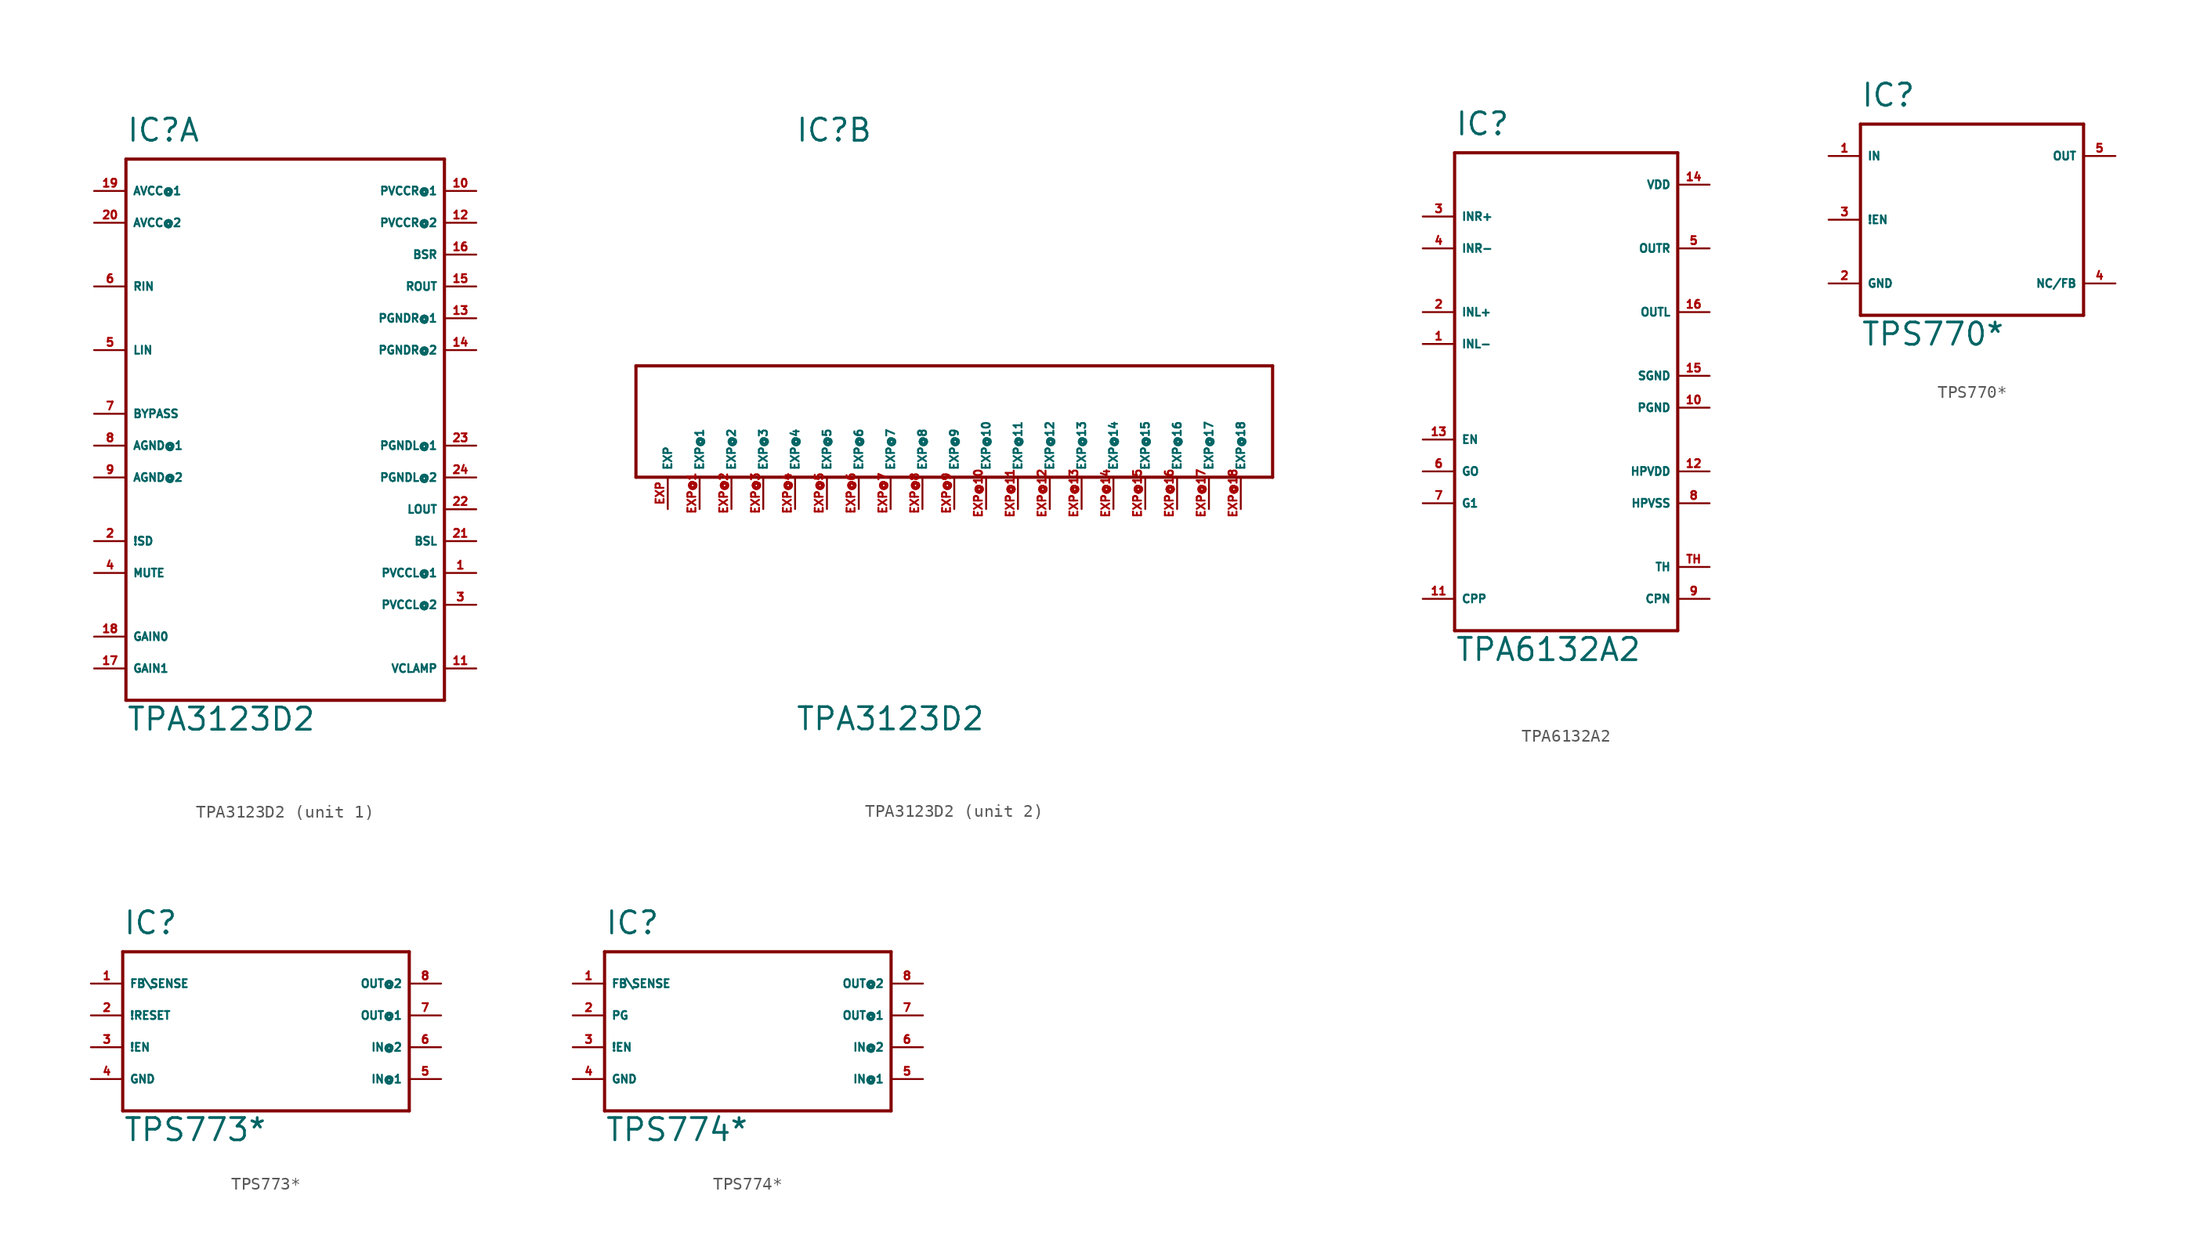
<source format=kicad_sym>
(kicad_symbol_lib
  (version 20220914)
  (generator Eagle2Kicad)
  (symbol "TPA3123D2"
    (property "Reference" "IC"
      (at -12.7 21.59 0)
      (effects (font (size 1.778 1.778) (thickness 0.22)) (justify left bottom)))
    (property "Value" "TPA3123D2"
      (at -12.7 -25.4 0)
      (effects (font (size 1.778 1.778) (thickness 0.22)) (justify left bottom)))
    (symbol "TPA3123D2_1_0"
      (polyline (pts (xy -12.7 20.32) (xy 12.7 20.32)) (stroke (width 0.254) (type default)) (fill (type none)))
      (polyline (pts (xy 12.7 20.32) (xy 12.7 -22.86)) (stroke (width 0.254) (type default)) (fill (type none)))
      (polyline (pts (xy 12.7 -22.86) (xy -12.7 -22.86)) (stroke (width 0.254) (type default)) (fill (type none)))
      (polyline (pts (xy -12.7 -22.86) (xy -12.7 20.32)) (stroke (width 0.254) (type default)) (fill (type none)))
      (pin input line (at -15.24 5.08 0) (length 2.54) (name "LIN" (effects (font (size 0.635 0.635) (thickness 0.08)) (justify left bottom))) (number "5" (effects (font (size 0.635 0.635) (thickness 0.08)) (justify left bottom))))
      (pin input line (at -15.24 10.16 0) (length 2.54) (name "RIN" (effects (font (size 0.635 0.635) (thickness 0.08)) (justify left bottom))) (number "6" (effects (font (size 0.635 0.635) (thickness 0.08)) (justify left bottom))))
      (pin input line (at -15.24 0 0) (length 2.54) (name "BYPASS" (effects (font (size 0.635 0.635) (thickness 0.08)) (justify left bottom))) (number "7" (effects (font (size 0.635 0.635) (thickness 0.08)) (justify left bottom))))
      (pin input line (at -15.24 -2.54 0) (length 2.54) (name "AGND@1" (effects (font (size 0.635 0.635) (thickness 0.08)) (justify left bottom))) (number "8" (effects (font (size 0.635 0.635) (thickness 0.08)) (justify left bottom))))
      (pin input line (at -15.24 17.78 0) (length 2.54) (name "AVCC@1" (effects (font (size 0.635 0.635) (thickness 0.08)) (justify left bottom))) (number "19" (effects (font (size 0.635 0.635) (thickness 0.08)) (justify left bottom))))
      (pin input line (at -15.24 -10.16 0) (length 2.54) (name "!SD" (effects (font (size 0.635 0.635) (thickness 0.08)) (justify left bottom))) (number "2" (effects (font (size 0.635 0.635) (thickness 0.08)) (justify left bottom))))
      (pin input line (at -15.24 -12.7 0) (length 2.54) (name "MUTE" (effects (font (size 0.635 0.635) (thickness 0.08)) (justify left bottom))) (number "4" (effects (font (size 0.635 0.635) (thickness 0.08)) (justify left bottom))))
      (pin input line (at 15.24 -12.7 180) (length 2.54) (name "PVCCL@1" (effects (font (size 0.635 0.635) (thickness 0.08)) (justify left bottom))) (number "1" (effects (font (size 0.635 0.635) (thickness 0.08)) (justify left bottom))))
      (pin input line (at 15.24 17.78 180) (length 2.54) (name "PVCCR@1" (effects (font (size 0.635 0.635) (thickness 0.08)) (justify left bottom))) (number "10" (effects (font (size 0.635 0.635) (thickness 0.08)) (justify left bottom))))
      (pin input line (at -15.24 -17.78 0) (length 2.54) (name "GAIN0" (effects (font (size 0.635 0.635) (thickness 0.08)) (justify left bottom))) (number "18" (effects (font (size 0.635 0.635) (thickness 0.08)) (justify left bottom))))
      (pin input line (at -15.24 -20.32 0) (length 2.54) (name "GAIN1" (effects (font (size 0.635 0.635) (thickness 0.08)) (justify left bottom))) (number "17" (effects (font (size 0.635 0.635) (thickness 0.08)) (justify left bottom))))
      (pin input line (at 15.24 -20.32 180) (length 2.54) (name "VCLAMP" (effects (font (size 0.635 0.635) (thickness 0.08)) (justify left bottom))) (number "11" (effects (font (size 0.635 0.635) (thickness 0.08)) (justify left bottom))))
      (pin passive line (at 15.24 12.7 180) (length 2.54) (name "BSR" (effects (font (size 0.635 0.635) (thickness 0.08)) (justify left bottom))) (number "16" (effects (font (size 0.635 0.635) (thickness 0.08)) (justify left bottom))))
      (pin passive line (at 15.24 -10.16 180) (length 2.54) (name "BSL" (effects (font (size 0.635 0.635) (thickness 0.08)) (justify left bottom))) (number "21" (effects (font (size 0.635 0.635) (thickness 0.08)) (justify left bottom))))
      (pin output line (at 15.24 10.16 180) (length 2.54) (name "ROUT" (effects (font (size 0.635 0.635) (thickness 0.08)) (justify left bottom))) (number "15" (effects (font (size 0.635 0.635) (thickness 0.08)) (justify left bottom))))
      (pin output line (at 15.24 -7.62 180) (length 2.54) (name "LOUT" (effects (font (size 0.635 0.635) (thickness 0.08)) (justify left bottom))) (number "22" (effects (font (size 0.635 0.635) (thickness 0.08)) (justify left bottom))))
      (pin input line (at 15.24 7.62 180) (length 2.54) (name "PGNDR@1" (effects (font (size 0.635 0.635) (thickness 0.08)) (justify left bottom))) (number "13" (effects (font (size 0.635 0.635) (thickness 0.08)) (justify left bottom))))
      (pin input line (at 15.24 -2.54 180) (length 2.54) (name "PGNDL@1" (effects (font (size 0.635 0.635) (thickness 0.08)) (justify left bottom))) (number "23" (effects (font (size 0.635 0.635) (thickness 0.08)) (justify left bottom))))
      (pin input line (at 15.24 5.08 180) (length 2.54) (name "PGNDR@2" (effects (font (size 0.635 0.635) (thickness 0.08)) (justify left bottom))) (number "14" (effects (font (size 0.635 0.635) (thickness 0.08)) (justify left bottom))))
      (pin input line (at 15.24 -5.08 180) (length 2.54) (name "PGNDL@2" (effects (font (size 0.635 0.635) (thickness 0.08)) (justify left bottom))) (number "24" (effects (font (size 0.635 0.635) (thickness 0.08)) (justify left bottom))))
      (pin input line (at 15.24 15.24 180) (length 2.54) (name "PVCCR@2" (effects (font (size 0.635 0.635) (thickness 0.08)) (justify left bottom))) (number "12" (effects (font (size 0.635 0.635) (thickness 0.08)) (justify left bottom))))
      (pin input line (at 15.24 -15.24 180) (length 2.54) (name "PVCCL@2" (effects (font (size 0.635 0.635) (thickness 0.08)) (justify left bottom))) (number "3" (effects (font (size 0.635 0.635) (thickness 0.08)) (justify left bottom))))
      (pin input line (at -15.24 -5.08 0) (length 2.54) (name "AGND@2" (effects (font (size 0.635 0.635) (thickness 0.08)) (justify left bottom))) (number "9" (effects (font (size 0.635 0.635) (thickness 0.08)) (justify left bottom))))
      (pin input line (at -15.24 15.24 0) (length 2.54) (name "AVCC@2" (effects (font (size 0.635 0.635) (thickness 0.08)) (justify left bottom))) (number "20" (effects (font (size 0.635 0.635) (thickness 0.08)) (justify left bottom)))))
    (symbol "TPA3123D2_2_0"
      (polyline (pts (xy -25.4 -5.08) (xy -25.4 3.81)) (stroke (width 0.254) (type default)) (fill (type none)))
      (polyline (pts (xy -25.4 3.81) (xy 25.4 3.81)) (stroke (width 0.254) (type default)) (fill (type none)))
      (polyline (pts (xy 25.4 3.81) (xy 25.4 -5.08)) (stroke (width 0.254) (type default)) (fill (type none)))
      (polyline (pts (xy 25.4 -5.08) (xy -25.4 -5.08)) (stroke (width 0.254) (type default)) (fill (type none)))
      (pin passive line (at -22.86 -7.62 90) (length 2.54) (name "EXP" (effects (font (size 0.635 0.635) (thickness 0.08)) (justify left bottom))) (number "EXP" (effects (font (size 0.635 0.635) (thickness 0.08)) (justify left bottom))))
      (pin passive line (at -20.32 -7.62 90) (length 2.54) (name "EXP@1" (effects (font (size 0.635 0.635) (thickness 0.08)) (justify left bottom))) (number "EXP@1" (effects (font (size 0.635 0.635) (thickness 0.08)) (justify left bottom))))
      (pin passive line (at -17.78 -7.62 90) (length 2.54) (name "EXP@2" (effects (font (size 0.635 0.635) (thickness 0.08)) (justify left bottom))) (number "EXP@2" (effects (font (size 0.635 0.635) (thickness 0.08)) (justify left bottom))))
      (pin passive line (at -15.24 -7.62 90) (length 2.54) (name "EXP@3" (effects (font (size 0.635 0.635) (thickness 0.08)) (justify left bottom))) (number "EXP@3" (effects (font (size 0.635 0.635) (thickness 0.08)) (justify left bottom))))
      (pin passive line (at -12.7 -7.62 90) (length 2.54) (name "EXP@4" (effects (font (size 0.635 0.635) (thickness 0.08)) (justify left bottom))) (number "EXP@4" (effects (font (size 0.635 0.635) (thickness 0.08)) (justify left bottom))))
      (pin passive line (at -10.16 -7.62 90) (length 2.54) (name "EXP@5" (effects (font (size 0.635 0.635) (thickness 0.08)) (justify left bottom))) (number "EXP@5" (effects (font (size 0.635 0.635) (thickness 0.08)) (justify left bottom))))
      (pin passive line (at -7.62 -7.62 90) (length 2.54) (name "EXP@6" (effects (font (size 0.635 0.635) (thickness 0.08)) (justify left bottom))) (number "EXP@6" (effects (font (size 0.635 0.635) (thickness 0.08)) (justify left bottom))))
      (pin passive line (at -5.08 -7.62 90) (length 2.54) (name "EXP@7" (effects (font (size 0.635 0.635) (thickness 0.08)) (justify left bottom))) (number "EXP@7" (effects (font (size 0.635 0.635) (thickness 0.08)) (justify left bottom))))
      (pin passive line (at -2.54 -7.62 90) (length 2.54) (name "EXP@8" (effects (font (size 0.635 0.635) (thickness 0.08)) (justify left bottom))) (number "EXP@8" (effects (font (size 0.635 0.635) (thickness 0.08)) (justify left bottom))))
      (pin passive line (at 0 -7.62 90) (length 2.54) (name "EXP@9" (effects (font (size 0.635 0.635) (thickness 0.08)) (justify left bottom))) (number "EXP@9" (effects (font (size 0.635 0.635) (thickness 0.08)) (justify left bottom))))
      (pin passive line (at 2.54 -7.62 90) (length 2.54) (name "EXP@10" (effects (font (size 0.635 0.635) (thickness 0.08)) (justify left bottom))) (number "EXP@10" (effects (font (size 0.635 0.635) (thickness 0.08)) (justify left bottom))))
      (pin passive line (at 5.08 -7.62 90) (length 2.54) (name "EXP@11" (effects (font (size 0.635 0.635) (thickness 0.08)) (justify left bottom))) (number "EXP@11" (effects (font (size 0.635 0.635) (thickness 0.08)) (justify left bottom))))
      (pin passive line (at 7.62 -7.62 90) (length 2.54) (name "EXP@12" (effects (font (size 0.635 0.635) (thickness 0.08)) (justify left bottom))) (number "EXP@12" (effects (font (size 0.635 0.635) (thickness 0.08)) (justify left bottom))))
      (pin passive line (at 10.16 -7.62 90) (length 2.54) (name "EXP@13" (effects (font (size 0.635 0.635) (thickness 0.08)) (justify left bottom))) (number "EXP@13" (effects (font (size 0.635 0.635) (thickness 0.08)) (justify left bottom))))
      (pin passive line (at 12.7 -7.62 90) (length 2.54) (name "EXP@14" (effects (font (size 0.635 0.635) (thickness 0.08)) (justify left bottom))) (number "EXP@14" (effects (font (size 0.635 0.635) (thickness 0.08)) (justify left bottom))))
      (pin passive line (at 15.24 -7.62 90) (length 2.54) (name "EXP@15" (effects (font (size 0.635 0.635) (thickness 0.08)) (justify left bottom))) (number "EXP@15" (effects (font (size 0.635 0.635) (thickness 0.08)) (justify left bottom))))
      (pin passive line (at 17.78 -7.62 90) (length 2.54) (name "EXP@16" (effects (font (size 0.635 0.635) (thickness 0.08)) (justify left bottom))) (number "EXP@16" (effects (font (size 0.635 0.635) (thickness 0.08)) (justify left bottom))))
      (pin passive line (at 20.32 -7.62 90) (length 2.54) (name "EXP@17" (effects (font (size 0.635 0.635) (thickness 0.08)) (justify left bottom))) (number "EXP@17" (effects (font (size 0.635 0.635) (thickness 0.08)) (justify left bottom))))
      (pin passive line (at 22.86 -7.62 90) (length 2.54) (name "EXP@18" (effects (font (size 0.635 0.635) (thickness 0.08)) (justify left bottom))) (number "EXP@18" (effects (font (size 0.635 0.635) (thickness 0.08)) (justify left bottom))))))
  (symbol "TPA6132A2"
    (property "Reference" "IC"
      (at -7.62 19.05 0)
      (effects (font (size 1.778 1.778) (thickness 0.22)) (justify left bottom)))
    (property "Value" "TPA6132A2"
      (at -7.62 -22.86 0)
      (effects (font (size 1.778 1.778) (thickness 0.22)) (justify left bottom)))
    (polyline
      (pts (xy 10.16 17.78) (xy 10.16 -20.32))
      (stroke (width 0.254) (type default))
      (fill (type none)))
    (polyline
      (pts (xy 10.16 -20.32) (xy -7.62 -20.32))
      (stroke (width 0.254) (type default))
      (fill (type none)))
    (polyline
      (pts (xy -7.62 -20.32) (xy -7.62 17.78))
      (stroke (width 0.254) (type default))
      (fill (type none)))
    (polyline
      (pts (xy -7.62 17.78) (xy 10.16 17.78))
      (stroke (width 0.254) (type default))
      (fill (type none)))
    (pin input line
      (at -10.16 12.7 0)
      (length 2.54)
      (name "INR+" (effects (font (size 0.635 0.635) (thickness 0.08)) (justify left bottom)))
      (number "3" (effects (font (size 0.635 0.635) (thickness 0.08)) (justify left bottom))))
    (pin input line
      (at -10.16 10.16 0)
      (length 2.54)
      (name "INR-" (effects (font (size 0.635 0.635) (thickness 0.08)) (justify left bottom)))
      (number "4" (effects (font (size 0.635 0.635) (thickness 0.08)) (justify left bottom))))
    (pin input line
      (at -10.16 5.08 0)
      (length 2.54)
      (name "INL+" (effects (font (size 0.635 0.635) (thickness 0.08)) (justify left bottom)))
      (number "2" (effects (font (size 0.635 0.635) (thickness 0.08)) (justify left bottom))))
    (pin input line
      (at -10.16 2.54 0)
      (length 2.54)
      (name "INL-" (effects (font (size 0.635 0.635) (thickness 0.08)) (justify left bottom)))
      (number "1" (effects (font (size 0.635 0.635) (thickness 0.08)) (justify left bottom))))
    (pin input line
      (at -10.16 -5.08 0)
      (length 2.54)
      (name "EN" (effects (font (size 0.635 0.635) (thickness 0.08)) (justify left bottom)))
      (number "13" (effects (font (size 0.635 0.635) (thickness 0.08)) (justify left bottom))))
    (pin input line
      (at -10.16 -7.62 0)
      (length 2.54)
      (name "GO" (effects (font (size 0.635 0.635) (thickness 0.08)) (justify left bottom)))
      (number "6" (effects (font (size 0.635 0.635) (thickness 0.08)) (justify left bottom))))
    (pin input line
      (at -10.16 -10.16 0)
      (length 2.54)
      (name "G1" (effects (font (size 0.635 0.635) (thickness 0.08)) (justify left bottom)))
      (number "7" (effects (font (size 0.635 0.635) (thickness 0.08)) (justify left bottom))))
    (pin unspecified line
      (at 12.7 15.24 180)
      (length 2.54)
      (name "VDD" (effects (font (size 0.635 0.635) (thickness 0.08)) (justify left bottom)))
      (number "14" (effects (font (size 0.635 0.635) (thickness 0.08)) (justify left bottom))))
    (pin passive line
      (at 12.7 -7.62 180)
      (length 2.54)
      (name "HPVDD" (effects (font (size 0.635 0.635) (thickness 0.08)) (justify left bottom)))
      (number "12" (effects (font (size 0.635 0.635) (thickness 0.08)) (justify left bottom))))
    (pin output line
      (at 12.7 10.16 180)
      (length 2.54)
      (name "OUTR" (effects (font (size 0.635 0.635) (thickness 0.08)) (justify left bottom)))
      (number "5" (effects (font (size 0.635 0.635) (thickness 0.08)) (justify left bottom))))
    (pin output line
      (at 12.7 5.08 180)
      (length 2.54)
      (name "OUTL" (effects (font (size 0.635 0.635) (thickness 0.08)) (justify left bottom)))
      (number "16" (effects (font (size 0.635 0.635) (thickness 0.08)) (justify left bottom))))
    (pin unspecified line
      (at 12.7 0 180)
      (length 2.54)
      (name "SGND" (effects (font (size 0.635 0.635) (thickness 0.08)) (justify left bottom)))
      (number "15" (effects (font (size 0.635 0.635) (thickness 0.08)) (justify left bottom))))
    (pin passive line
      (at 12.7 -10.16 180)
      (length 2.54)
      (name "HPVSS" (effects (font (size 0.635 0.635) (thickness 0.08)) (justify left bottom)))
      (number "8" (effects (font (size 0.635 0.635) (thickness 0.08)) (justify left bottom))))
    (pin passive line
      (at 12.7 -17.78 180)
      (length 2.54)
      (name "CPN" (effects (font (size 0.635 0.635) (thickness 0.08)) (justify left bottom)))
      (number "9" (effects (font (size 0.635 0.635) (thickness 0.08)) (justify left bottom))))
    (pin passive line
      (at -10.16 -17.78 0)
      (length 2.54)
      (name "CPP" (effects (font (size 0.635 0.635) (thickness 0.08)) (justify left bottom)))
      (number "11" (effects (font (size 0.635 0.635) (thickness 0.08)) (justify left bottom))))
    (pin unspecified line
      (at 12.7 -2.54 180)
      (length 2.54)
      (name "PGND" (effects (font (size 0.635 0.635) (thickness 0.08)) (justify left bottom)))
      (number "10" (effects (font (size 0.635 0.635) (thickness 0.08)) (justify left bottom))))
    (pin passive line
      (at 12.7 -15.24 180)
      (length 2.54)
      (name "TH" (effects (font (size 0.635 0.635) (thickness 0.08)) (justify left bottom)))
      (number "TH" (effects (font (size 0.635 0.635) (thickness 0.08)) (justify left bottom)))))
  (symbol "TPS770*"
    (property "Reference" "IC"
      (at -7.62 8.89 0)
      (effects (font (size 1.778 1.778) (thickness 0.22)) (justify left bottom)))
    (property "Value" "TPS770*"
      (at -7.62 -10.16 0)
      (effects (font (size 1.778 1.778) (thickness 0.22)) (justify left bottom)))
    (polyline
      (pts (xy -7.62 7.62) (xy 10.16 7.62))
      (stroke (width 0.254) (type default))
      (fill (type none)))
    (polyline
      (pts (xy 10.16 7.62) (xy 10.16 -7.62))
      (stroke (width 0.254) (type default))
      (fill (type none)))
    (polyline
      (pts (xy 10.16 -7.62) (xy -7.62 -7.62))
      (stroke (width 0.254) (type default))
      (fill (type none)))
    (polyline
      (pts (xy -7.62 -7.62) (xy -7.62 7.62))
      (stroke (width 0.254) (type default))
      (fill (type none)))
    (pin input line
      (at -10.16 5.08 0)
      (length 2.54)
      (name "IN" (effects (font (size 0.635 0.635) (thickness 0.08)) (justify left bottom)))
      (number "1" (effects (font (size 0.635 0.635) (thickness 0.08)) (justify left bottom))))
    (pin input line
      (at -10.16 0 0)
      (length 2.54)
      (name "!EN" (effects (font (size 0.635 0.635) (thickness 0.08)) (justify left bottom)))
      (number "3" (effects (font (size 0.635 0.635) (thickness 0.08)) (justify left bottom))))
    (pin passive line
      (at 12.7 -5.08 180)
      (length 2.54)
      (name "NC/FB" (effects (font (size 0.635 0.635) (thickness 0.08)) (justify left bottom)))
      (number "4" (effects (font (size 0.635 0.635) (thickness 0.08)) (justify left bottom))))
    (pin passive line
      (at 12.7 5.08 180)
      (length 2.54)
      (name "OUT" (effects (font (size 0.635 0.635) (thickness 0.08)) (justify left bottom)))
      (number "5" (effects (font (size 0.635 0.635) (thickness 0.08)) (justify left bottom))))
    (pin unspecified line
      (at -10.16 -5.08 0)
      (length 2.54)
      (name "GND" (effects (font (size 0.635 0.635) (thickness 0.08)) (justify left bottom)))
      (number "2" (effects (font (size 0.635 0.635) (thickness 0.08)) (justify left bottom)))))
  (symbol "TPS773*"
    (property "Reference" "IC"
      (at -10.16 8.89 0)
      (effects (font (size 1.778 1.778) (thickness 0.22)) (justify left bottom)))
    (property "Value" "TPS773*"
      (at -10.16 -7.62 0)
      (effects (font (size 1.778 1.778) (thickness 0.22)) (justify left bottom)))
    (polyline
      (pts (xy -10.16 7.62) (xy 12.7 7.62))
      (stroke (width 0.254) (type default))
      (fill (type none)))
    (polyline
      (pts (xy 12.7 7.62) (xy 12.7 -5.08))
      (stroke (width 0.254) (type default))
      (fill (type none)))
    (polyline
      (pts (xy 12.7 -5.08) (xy -10.16 -5.08))
      (stroke (width 0.254) (type default))
      (fill (type none)))
    (polyline
      (pts (xy -10.16 -5.08) (xy -10.16 7.62))
      (stroke (width 0.254) (type default))
      (fill (type none)))
    (pin input line
      (at -12.7 5.08 0)
      (length 2.54)
      (name "FB\SENSE" (effects (font (size 0.635 0.635) (thickness 0.08)) (justify left bottom)))
      (number "1" (effects (font (size 0.635 0.635) (thickness 0.08)) (justify left bottom))))
    (pin input line
      (at -12.7 2.54 0)
      (length 2.54)
      (name "!RESET" (effects (font (size 0.635 0.635) (thickness 0.08)) (justify left bottom)))
      (number "2" (effects (font (size 0.635 0.635) (thickness 0.08)) (justify left bottom))))
    (pin input line
      (at -12.7 0 0)
      (length 2.54)
      (name "!EN" (effects (font (size 0.635 0.635) (thickness 0.08)) (justify left bottom)))
      (number "3" (effects (font (size 0.635 0.635) (thickness 0.08)) (justify left bottom))))
    (pin unspecified line
      (at -12.7 -2.54 0)
      (length 2.54)
      (name "GND" (effects (font (size 0.635 0.635) (thickness 0.08)) (justify left bottom)))
      (number "4" (effects (font (size 0.635 0.635) (thickness 0.08)) (justify left bottom))))
    (pin input line
      (at 15.24 -2.54 180)
      (length 2.54)
      (name "IN@1" (effects (font (size 0.635 0.635) (thickness 0.08)) (justify left bottom)))
      (number "5" (effects (font (size 0.635 0.635) (thickness 0.08)) (justify left bottom))))
    (pin input line
      (at 15.24 0 180)
      (length 2.54)
      (name "IN@2" (effects (font (size 0.635 0.635) (thickness 0.08)) (justify left bottom)))
      (number "6" (effects (font (size 0.635 0.635) (thickness 0.08)) (justify left bottom))))
    (pin output line
      (at 15.24 2.54 180)
      (length 2.54)
      (name "OUT@1" (effects (font (size 0.635 0.635) (thickness 0.08)) (justify left bottom)))
      (number "7" (effects (font (size 0.635 0.635) (thickness 0.08)) (justify left bottom))))
    (pin passive line
      (at 15.24 5.08 180)
      (length 2.54)
      (name "OUT@2" (effects (font (size 0.635 0.635) (thickness 0.08)) (justify left bottom)))
      (number "8" (effects (font (size 0.635 0.635) (thickness 0.08)) (justify left bottom)))))
  (symbol "TPS774*"
    (property "Reference" "IC"
      (at -10.16 8.89 0)
      (effects (font (size 1.778 1.778) (thickness 0.22)) (justify left bottom)))
    (property "Value" "TPS774*"
      (at -10.16 -7.62 0)
      (effects (font (size 1.778 1.778) (thickness 0.22)) (justify left bottom)))
    (polyline
      (pts (xy -10.16 7.62) (xy 12.7 7.62))
      (stroke (width 0.254) (type default))
      (fill (type none)))
    (polyline
      (pts (xy 12.7 7.62) (xy 12.7 -5.08))
      (stroke (width 0.254) (type default))
      (fill (type none)))
    (polyline
      (pts (xy 12.7 -5.08) (xy -10.16 -5.08))
      (stroke (width 0.254) (type default))
      (fill (type none)))
    (polyline
      (pts (xy -10.16 -5.08) (xy -10.16 7.62))
      (stroke (width 0.254) (type default))
      (fill (type none)))
    (pin input line
      (at -12.7 5.08 0)
      (length 2.54)
      (name "FB\SENSE" (effects (font (size 0.635 0.635) (thickness 0.08)) (justify left bottom)))
      (number "1" (effects (font (size 0.635 0.635) (thickness 0.08)) (justify left bottom))))
    (pin input line
      (at -12.7 2.54 0)
      (length 2.54)
      (name "PG" (effects (font (size 0.635 0.635) (thickness 0.08)) (justify left bottom)))
      (number "2" (effects (font (size 0.635 0.635) (thickness 0.08)) (justify left bottom))))
    (pin input line
      (at -12.7 0 0)
      (length 2.54)
      (name "!EN" (effects (font (size 0.635 0.635) (thickness 0.08)) (justify left bottom)))
      (number "3" (effects (font (size 0.635 0.635) (thickness 0.08)) (justify left bottom))))
    (pin unspecified line
      (at -12.7 -2.54 0)
      (length 2.54)
      (name "GND" (effects (font (size 0.635 0.635) (thickness 0.08)) (justify left bottom)))
      (number "4" (effects (font (size 0.635 0.635) (thickness 0.08)) (justify left bottom))))
    (pin input line
      (at 15.24 -2.54 180)
      (length 2.54)
      (name "IN@1" (effects (font (size 0.635 0.635) (thickness 0.08)) (justify left bottom)))
      (number "5" (effects (font (size 0.635 0.635) (thickness 0.08)) (justify left bottom))))
    (pin input line
      (at 15.24 0 180)
      (length 2.54)
      (name "IN@2" (effects (font (size 0.635 0.635) (thickness 0.08)) (justify left bottom)))
      (number "6" (effects (font (size 0.635 0.635) (thickness 0.08)) (justify left bottom))))
    (pin output line
      (at 15.24 2.54 180)
      (length 2.54)
      (name "OUT@1" (effects (font (size 0.635 0.635) (thickness 0.08)) (justify left bottom)))
      (number "7" (effects (font (size 0.635 0.635) (thickness 0.08)) (justify left bottom))))
    (pin passive line
      (at 15.24 5.08 180)
      (length 2.54)
      (name "OUT@2" (effects (font (size 0.635 0.635) (thickness 0.08)) (justify left bottom)))
      (number "8" (effects (font (size 0.635 0.635) (thickness 0.08)) (justify left bottom))))))
</source>
